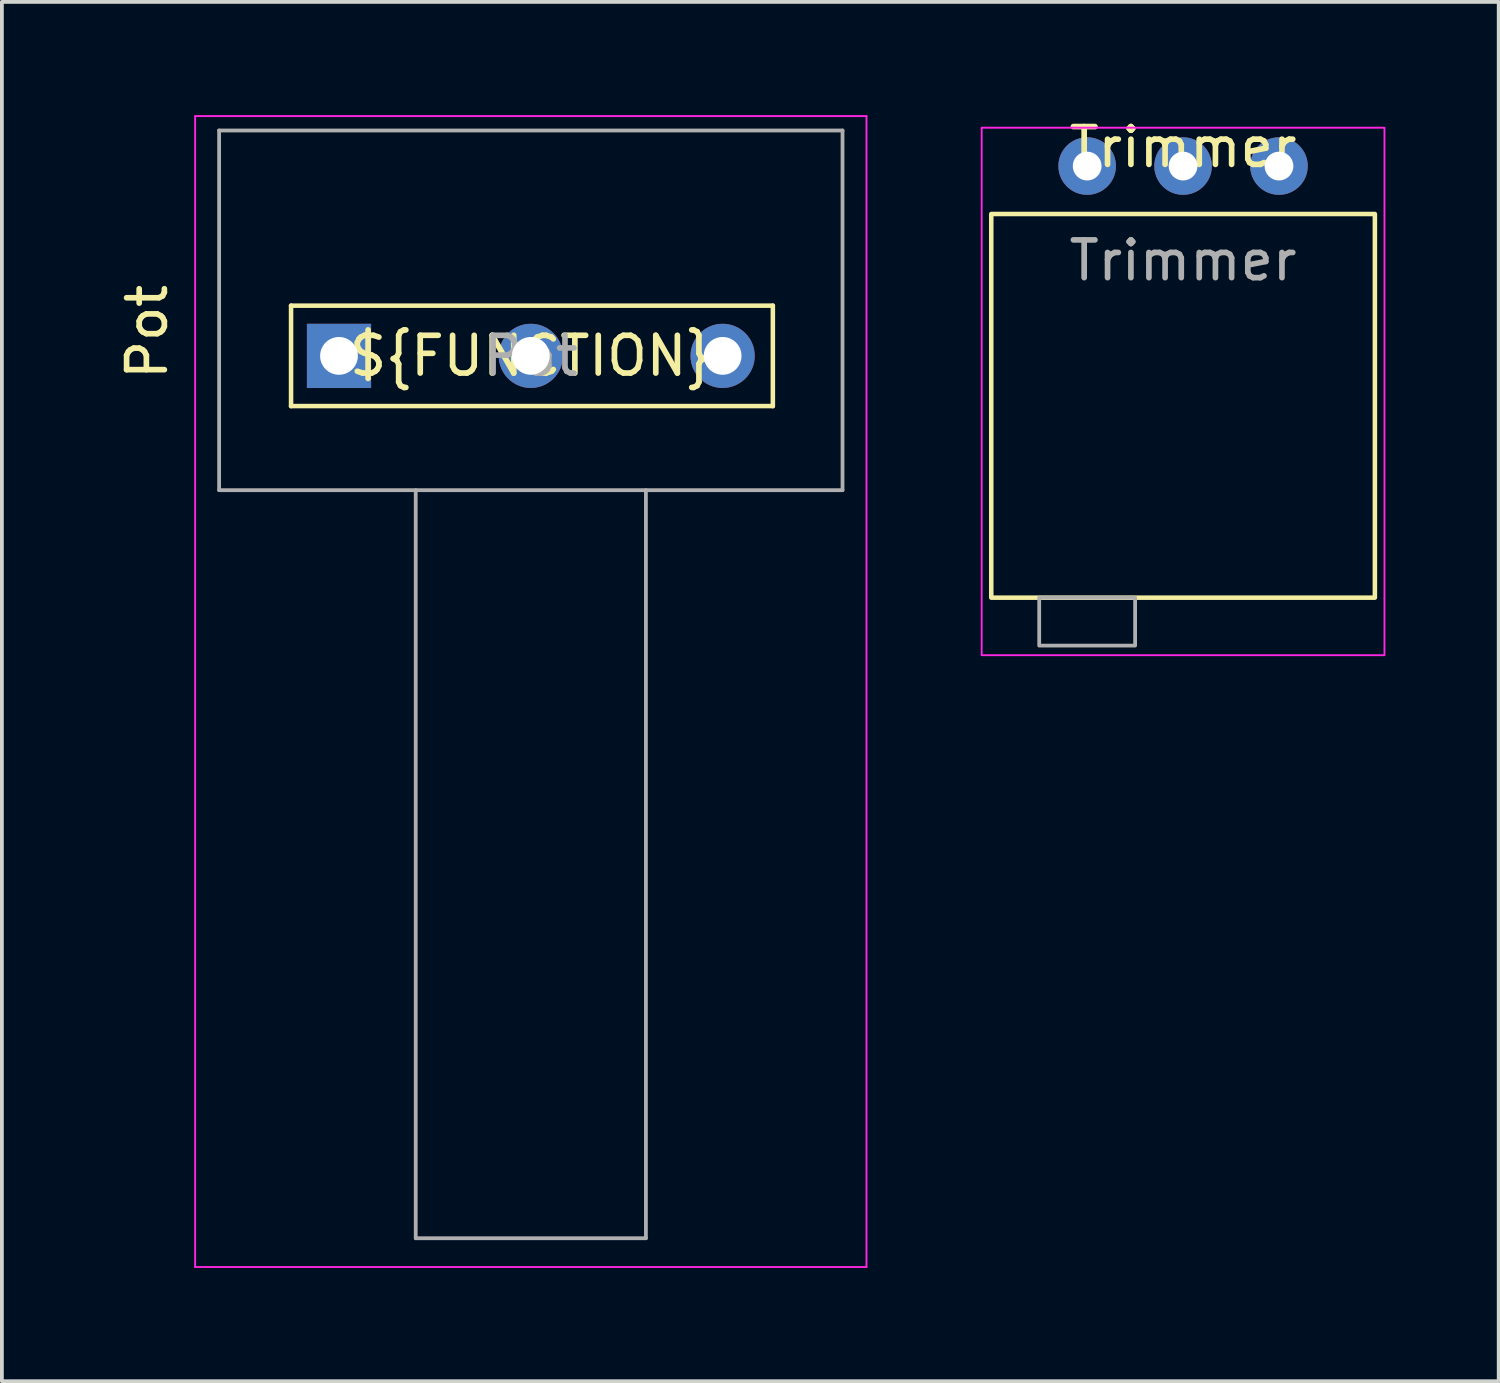
<source format=kicad_pcb>
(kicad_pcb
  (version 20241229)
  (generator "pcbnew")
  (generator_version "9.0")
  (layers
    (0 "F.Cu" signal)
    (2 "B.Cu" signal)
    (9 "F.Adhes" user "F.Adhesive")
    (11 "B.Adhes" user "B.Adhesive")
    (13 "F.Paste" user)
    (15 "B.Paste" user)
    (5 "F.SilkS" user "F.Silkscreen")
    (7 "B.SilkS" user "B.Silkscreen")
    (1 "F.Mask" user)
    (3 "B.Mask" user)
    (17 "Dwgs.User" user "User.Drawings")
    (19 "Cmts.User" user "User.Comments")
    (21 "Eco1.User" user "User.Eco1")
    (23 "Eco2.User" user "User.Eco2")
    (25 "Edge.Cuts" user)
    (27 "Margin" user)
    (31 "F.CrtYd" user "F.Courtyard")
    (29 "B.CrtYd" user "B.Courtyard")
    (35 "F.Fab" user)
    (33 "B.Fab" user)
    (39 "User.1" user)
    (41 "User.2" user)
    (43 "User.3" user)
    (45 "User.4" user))
  (footprint "Pot"
    (layer "F.Cu")
    (at 11.008 6.375)
    (property "Reference" "Pot" (at -10.16 -0.635 90) (layer "F.SilkS") (effects (font (size 1 1) (thickness 0.15))))
    (attr through_hole)
    (fp_line (start -6.35 -1.33) (end 6.41 -1.33) (stroke (width 0.12) (type solid)) (layer "F.SilkS"))
    (fp_line (start -6.35 1.33) (end -6.35 -1.33) (stroke (width 0.12) (type solid)) (layer "F.SilkS"))
    (fp_line (start -6.35 1.33) (end 6.41 1.33) (stroke (width 0.12) (type solid)) (layer "F.SilkS"))
    (fp_line (start 6.41 1.33) (end 6.41 -1.33) (stroke (width 0.12) (type solid)) (layer "F.SilkS"))
    (fp_line (start -8.89 -6.35) (end -8.89 24.13) (stroke (width 0.05) (type solid)) (layer "F.CrtYd"))
    (fp_line (start -8.89 24.13) (end 8.89 24.13) (stroke (width 0.05) (type solid)) (layer "F.CrtYd"))
    (fp_line (start 8.89 -6.35) (end -8.89 -6.35) (stroke (width 0.05) (type solid)) (layer "F.CrtYd"))
    (fp_line (start 8.89 24.13) (end 8.89 -6.35) (stroke (width 0.05) (type solid)) (layer "F.CrtYd"))
    (fp_line (start -8.255 -5.969) (end 8.255 -5.969) (stroke (width 0.1) (type solid)) (layer "F.Fab"))
    (fp_line (start -8.255 3.556) (end -8.255 -5.969) (stroke (width 0.1) (type solid)) (layer "F.Fab"))
    (fp_line (start -3.048 3.556) (end -3.048 23.368) (stroke (width 0.1) (type solid)) (layer "F.Fab"))
    (fp_line (start -3.048 23.368) (end 3.048 23.368) (stroke (width 0.1) (type solid)) (layer "F.Fab"))
    (fp_line (start 3.048 23.368) (end 3.048 3.556) (stroke (width 0.1) (type solid)) (layer "F.Fab"))
    (fp_line (start 8.255 -5.969) (end 8.255 3.556) (stroke (width 0.1) (type solid)) (layer "F.Fab"))
    (fp_line (start 8.255 3.556) (end -8.255 3.556) (stroke (width 0.1) (type solid)) (layer "F.Fab"))
    (fp_text user "${FUNCTION}" (at 0 0 0) (layer "F.SilkS") (effects (font (size 1 1) (thickness 0.15))))
    (fp_text user "${REFERENCE}" (at 0 0 180) (layer "F.Fab") (effects (font (size 1 1) (thickness 0.15))))
    (pad "1" thru_hole rect (at -5.08 0 90) (size 1.7 1.7) (drill 1) (layers "*.Cu" "*.Mask"))
    (pad "2" thru_hole oval (at 0 0 90) (size 1.7 1.7) (drill 1) (layers "*.Cu" "*.Mask"))
    (pad "3" thru_hole oval (at 5.08 0 90) (size 1.7 1.7) (drill 1) (layers "*.Cu" "*.Mask")))
  (footprint "Trimmer"
    (layer "F.Cu")
    (at 28.282 1.348)
    (property "Reference" "Trimmer" (at 0 -0.5 0) (unlocked yes) (layer "F.SilkS") (effects (font (size 1 1) (thickness 0.15))))
    (attr through_hole)
    (fp_rect (start -5.08 1.27) (end 5.08 11.43) (stroke (width 0.12) (type solid)) (fill no) (layer "F.SilkS"))
    (fp_rect (start -5.334 -1.016) (end 5.334 12.954) (stroke (width 0.05) (type solid)) (fill no) (layer "F.CrtYd"))
    (fp_rect (start -3.81 11.43) (end -1.27 12.7) (stroke (width 0.1) (type solid)) (fill no) (layer "F.Fab"))
    (fp_text user "${REFERENCE}" (at 0 2.5 0) (unlocked yes) (layer "F.Fab") (effects (font (size 1 1) (thickness 0.15))))
    (pad "1" thru_hole circle (at -2.54 0) (size 1.524 1.524) (drill 0.762) (layers "*.Cu" "*.Mask"))
    (pad "2" thru_hole circle (at 0 0) (size 1.524 1.524) (drill 0.762) (layers "*.Cu" "*.Mask"))
    (pad "3" thru_hole circle (at 2.54 0) (size 1.524 1.524) (drill 0.762) (layers "*.Cu" "*.Mask")))
  (gr_rect
    (start -3 -3)
    (end 36.641 33.53)
    (stroke (width 0.1) (type default))
    (fill no)
    (layer "Edge.Cuts")))
</source>
